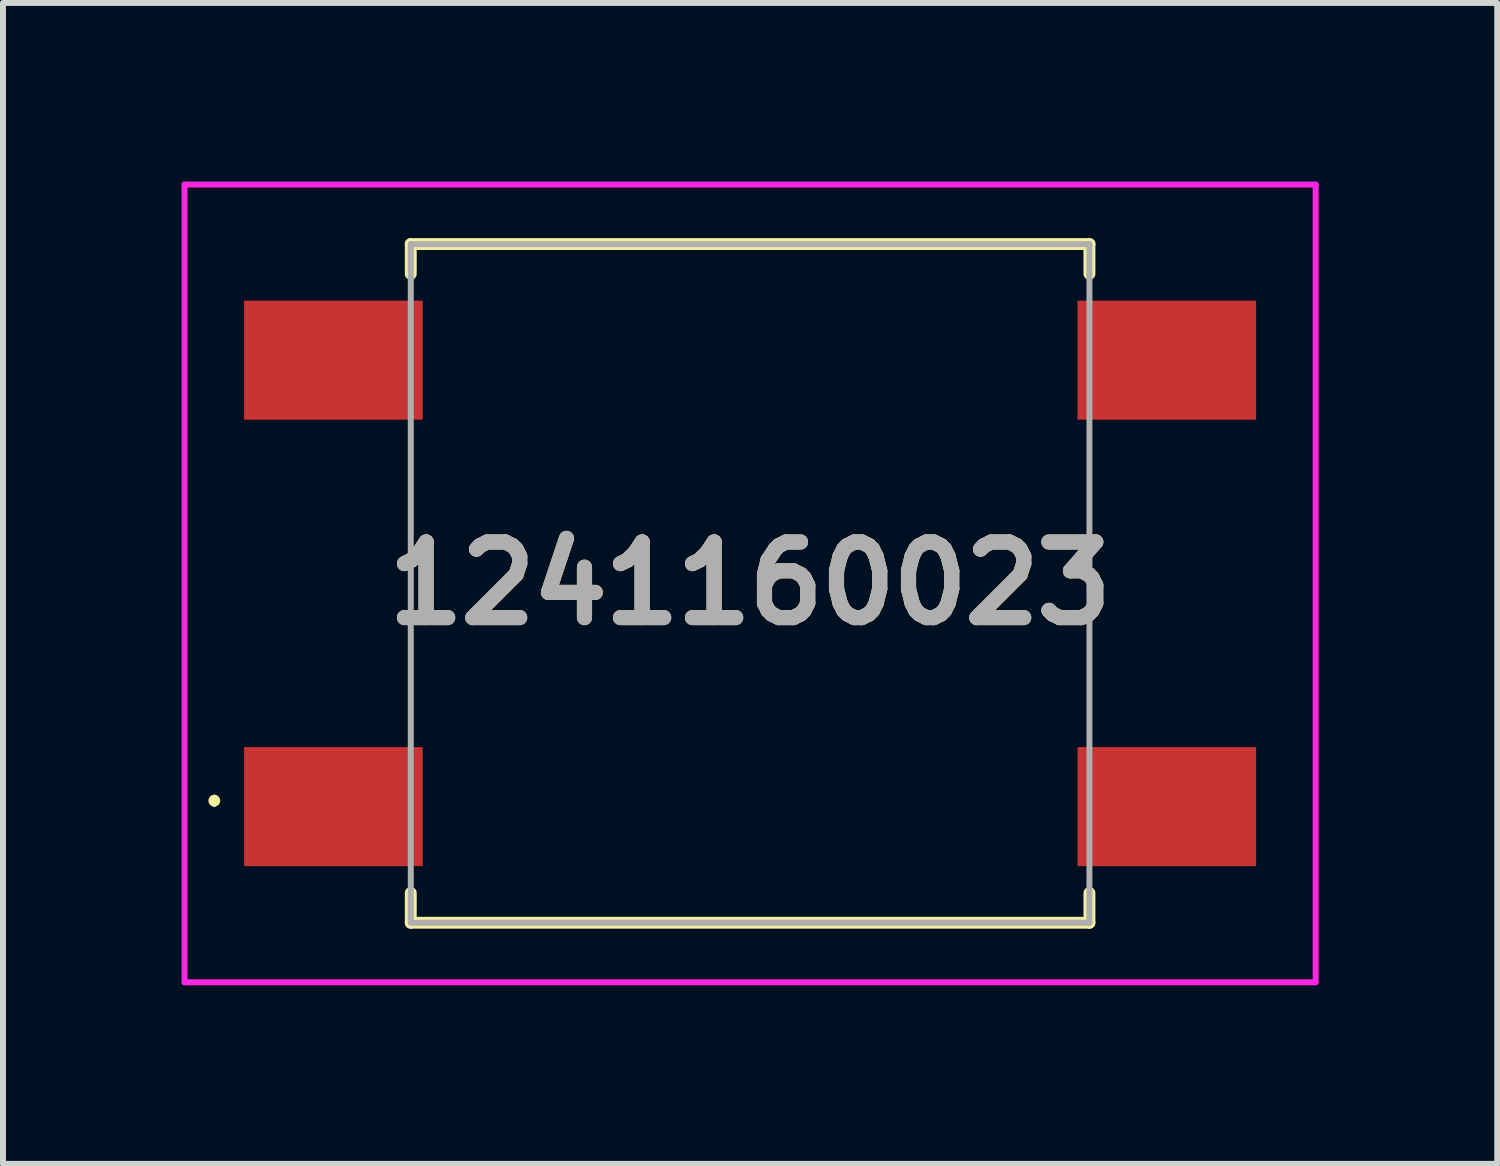
<source format=kicad_pcb>
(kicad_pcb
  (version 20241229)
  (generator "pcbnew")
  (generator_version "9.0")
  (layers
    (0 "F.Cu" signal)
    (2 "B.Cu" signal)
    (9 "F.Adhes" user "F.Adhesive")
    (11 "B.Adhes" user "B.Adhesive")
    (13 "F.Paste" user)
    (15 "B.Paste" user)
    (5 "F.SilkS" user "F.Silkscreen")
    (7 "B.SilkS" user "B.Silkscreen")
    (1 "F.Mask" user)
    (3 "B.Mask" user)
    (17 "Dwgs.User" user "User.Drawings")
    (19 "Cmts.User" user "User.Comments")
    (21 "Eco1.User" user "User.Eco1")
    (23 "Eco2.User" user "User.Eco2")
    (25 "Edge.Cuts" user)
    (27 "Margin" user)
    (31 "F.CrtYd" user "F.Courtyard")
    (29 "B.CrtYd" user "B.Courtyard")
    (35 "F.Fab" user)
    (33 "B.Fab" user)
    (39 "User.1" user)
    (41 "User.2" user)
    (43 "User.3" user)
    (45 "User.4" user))
  (footprint "1241160023"
    (layer "F.Cu")
    (at 9.55 6.75)
    (property "Reference" "1241160023" (at 0 0 0) (layer "F.SilkS") (effects (font (size 1.27 1.27) (thickness 0.254))))
    (attr smd)
    (fp_line (start -9 3.6) (end -9 3.6) (stroke (width 0.1) (type solid)) (layer "F.SilkS"))
    (fp_line (start -9 3.7) (end -9 3.7) (stroke (width 0.1) (type solid)) (layer "F.SilkS"))
    (fp_line (start -5.7 -5.7) (end 5.7 -5.7) (stroke (width 0.2) (type solid)) (layer "F.SilkS"))
    (fp_line (start -5.7 -5.2) (end -5.7 -5.7) (stroke (width 0.2) (type solid)) (layer "F.SilkS"))
    (fp_line (start -5.7 5.2) (end -5.7 5.7) (stroke (width 0.2) (type solid)) (layer "F.SilkS"))
    (fp_line (start -5.7 5.7) (end 5.7 5.7) (stroke (width 0.2) (type solid)) (layer "F.SilkS"))
    (fp_line (start 5.7 -5.7) (end 5.7 -5.2) (stroke (width 0.2) (type solid)) (layer "F.SilkS"))
    (fp_line (start 5.7 5.7) (end 5.7 5.2) (stroke (width 0.2) (type solid)) (layer "F.SilkS"))
    (fp_arc (start -9 3.6) (mid -8.95 3.65) (end -9 3.7) (stroke (width 0.1) (type solid)) (layer "F.SilkS"))
    (fp_arc (start -9 3.7) (mid -9.05 3.65) (end -9 3.6) (stroke (width 0.1) (type solid)) (layer "F.SilkS"))
    (fp_line (start -9.5 -6.7) (end 9.5 -6.7) (stroke (width 0.1) (type solid)) (layer "F.CrtYd"))
    (fp_line (start -9.5 6.7) (end -9.5 -6.7) (stroke (width 0.1) (type solid)) (layer "F.CrtYd"))
    (fp_line (start 9.5 -6.7) (end 9.5 6.7) (stroke (width 0.1) (type solid)) (layer "F.CrtYd"))
    (fp_line (start 9.5 6.7) (end -9.5 6.7) (stroke (width 0.1) (type solid)) (layer "F.CrtYd"))
    (fp_line (start -5.7 -5.7) (end 5.7 -5.7) (stroke (width 0.1) (type solid)) (layer "F.Fab"))
    (fp_line (start -5.7 5.7) (end -5.7 -5.7) (stroke (width 0.1) (type solid)) (layer "F.Fab"))
    (fp_line (start 5.7 -5.7) (end 5.7 5.7) (stroke (width 0.1) (type solid)) (layer "F.Fab"))
    (fp_line (start 5.7 5.7) (end -5.7 5.7) (stroke (width 0.1) (type solid)) (layer "F.Fab"))
    (fp_text user "${REFERENCE}" (at 0 0 0) (layer "F.Fab") (effects (font (size 1.27 1.27) (thickness 0.254))))
    (pad "1" smd rect (at -7 3.75 90) (size 2 3) (layers "F.Cu" "F.Mask" "F.Paste"))
    (pad "2" smd rect (at 7 3.75 90) (size 2 3) (layers "F.Cu" "F.Mask" "F.Paste"))
    (pad "3" smd rect (at 7 -3.75 90) (size 2 3) (layers "F.Cu" "F.Mask" "F.Paste"))
    (pad "4" smd rect (at -7 -3.75 90) (size 2 3) (layers "F.Cu" "F.Mask" "F.Paste")))
  (gr_rect
    (start -3 -3)
    (end 22.1 16.5)
    (stroke (width 0.1) (type default))
    (fill no)
    (layer "Edge.Cuts")))
</source>
